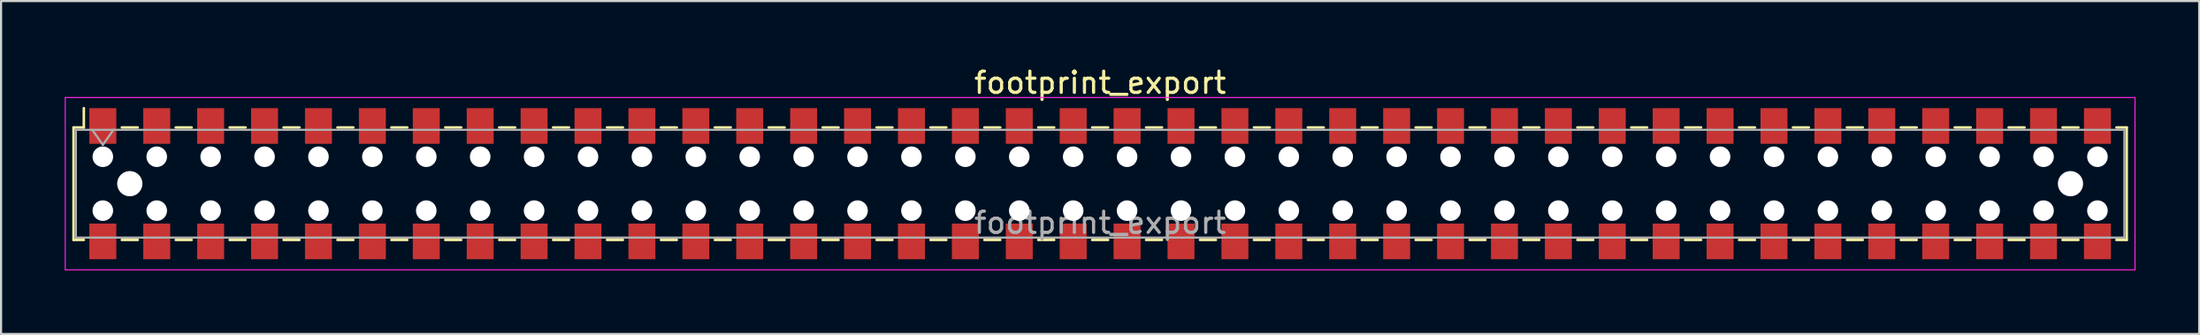
<source format=kicad_pcb>
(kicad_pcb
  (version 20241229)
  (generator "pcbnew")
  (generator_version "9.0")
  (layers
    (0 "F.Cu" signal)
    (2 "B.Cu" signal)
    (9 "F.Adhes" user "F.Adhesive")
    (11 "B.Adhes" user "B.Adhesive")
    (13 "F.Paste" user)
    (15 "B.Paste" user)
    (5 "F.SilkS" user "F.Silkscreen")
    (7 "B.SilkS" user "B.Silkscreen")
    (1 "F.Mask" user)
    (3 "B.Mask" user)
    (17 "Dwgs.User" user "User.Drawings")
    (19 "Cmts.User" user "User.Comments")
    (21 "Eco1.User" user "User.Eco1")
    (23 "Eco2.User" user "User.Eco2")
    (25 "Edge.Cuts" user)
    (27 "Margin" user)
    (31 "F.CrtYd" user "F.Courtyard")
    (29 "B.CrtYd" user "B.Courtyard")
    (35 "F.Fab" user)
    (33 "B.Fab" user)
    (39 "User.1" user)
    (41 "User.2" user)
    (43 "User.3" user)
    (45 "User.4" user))
  (footprint "footprint_export"
    (layer "F.Cu")
    (at 48.785 5.608)
    (property "Reference" "footprint_export" (at 0 -4.76 0) (layer "F.SilkS") (effects (font (size 1 1) (thickness 0.15))))
    (attr smd)
    (fp_line (start -48.37 -2.65) (end -48.37 2.65) (stroke (width 0.12) (type solid)) (layer "F.SilkS"))
    (fp_line (start -48.37 2.65) (end -47.885 2.65) (stroke (width 0.12) (type solid)) (layer "F.SilkS"))
    (fp_line (start -47.885 -3.56) (end -47.885 -2.65) (stroke (width 0.12) (type solid)) (layer "F.SilkS"))
    (fp_line (start -47.885 -2.65) (end -48.37 -2.65) (stroke (width 0.12) (type solid)) (layer "F.SilkS"))
    (fp_line (start -46.095 -2.65) (end -45.345 -2.65) (stroke (width 0.12) (type solid)) (layer "F.SilkS"))
    (fp_line (start -46.095 2.65) (end -45.345 2.65) (stroke (width 0.12) (type solid)) (layer "F.SilkS"))
    (fp_line (start -43.555 -2.65) (end -42.805 -2.65) (stroke (width 0.12) (type solid)) (layer "F.SilkS"))
    (fp_line (start -43.555 2.65) (end -42.805 2.65) (stroke (width 0.12) (type solid)) (layer "F.SilkS"))
    (fp_line (start -41.015 -2.65) (end -40.265 -2.65) (stroke (width 0.12) (type solid)) (layer "F.SilkS"))
    (fp_line (start -41.015 2.65) (end -40.265 2.65) (stroke (width 0.12) (type solid)) (layer "F.SilkS"))
    (fp_line (start -38.475 -2.65) (end -37.725 -2.65) (stroke (width 0.12) (type solid)) (layer "F.SilkS"))
    (fp_line (start -38.475 2.65) (end -37.725 2.65) (stroke (width 0.12) (type solid)) (layer "F.SilkS"))
    (fp_line (start -35.935 -2.65) (end -35.185 -2.65) (stroke (width 0.12) (type solid)) (layer "F.SilkS"))
    (fp_line (start -35.935 2.65) (end -35.185 2.65) (stroke (width 0.12) (type solid)) (layer "F.SilkS"))
    (fp_line (start -33.395 -2.65) (end -32.645 -2.65) (stroke (width 0.12) (type solid)) (layer "F.SilkS"))
    (fp_line (start -33.395 2.65) (end -32.645 2.65) (stroke (width 0.12) (type solid)) (layer "F.SilkS"))
    (fp_line (start -30.855 -2.65) (end -30.105 -2.65) (stroke (width 0.12) (type solid)) (layer "F.SilkS"))
    (fp_line (start -30.855 2.65) (end -30.105 2.65) (stroke (width 0.12) (type solid)) (layer "F.SilkS"))
    (fp_line (start -28.315 -2.65) (end -27.565 -2.65) (stroke (width 0.12) (type solid)) (layer "F.SilkS"))
    (fp_line (start -28.315 2.65) (end -27.565 2.65) (stroke (width 0.12) (type solid)) (layer "F.SilkS"))
    (fp_line (start -25.775 -2.65) (end -25.025 -2.65) (stroke (width 0.12) (type solid)) (layer "F.SilkS"))
    (fp_line (start -25.775 2.65) (end -25.025 2.65) (stroke (width 0.12) (type solid)) (layer "F.SilkS"))
    (fp_line (start -23.235 -2.65) (end -22.485 -2.65) (stroke (width 0.12) (type solid)) (layer "F.SilkS"))
    (fp_line (start -23.235 2.65) (end -22.485 2.65) (stroke (width 0.12) (type solid)) (layer "F.SilkS"))
    (fp_line (start -20.695 -2.65) (end -19.945 -2.65) (stroke (width 0.12) (type solid)) (layer "F.SilkS"))
    (fp_line (start -20.695 2.65) (end -19.945 2.65) (stroke (width 0.12) (type solid)) (layer "F.SilkS"))
    (fp_line (start -18.155 -2.65) (end -17.405 -2.65) (stroke (width 0.12) (type solid)) (layer "F.SilkS"))
    (fp_line (start -18.155 2.65) (end -17.405 2.65) (stroke (width 0.12) (type solid)) (layer "F.SilkS"))
    (fp_line (start -15.615 -2.65) (end -14.865 -2.65) (stroke (width 0.12) (type solid)) (layer "F.SilkS"))
    (fp_line (start -15.615 2.65) (end -14.865 2.65) (stroke (width 0.12) (type solid)) (layer "F.SilkS"))
    (fp_line (start -13.075 -2.65) (end -12.325 -2.65) (stroke (width 0.12) (type solid)) (layer "F.SilkS"))
    (fp_line (start -13.075 2.65) (end -12.325 2.65) (stroke (width 0.12) (type solid)) (layer "F.SilkS"))
    (fp_line (start -10.535 -2.65) (end -9.785 -2.65) (stroke (width 0.12) (type solid)) (layer "F.SilkS"))
    (fp_line (start -10.535 2.65) (end -9.785 2.65) (stroke (width 0.12) (type solid)) (layer "F.SilkS"))
    (fp_line (start -7.995 -2.65) (end -7.245 -2.65) (stroke (width 0.12) (type solid)) (layer "F.SilkS"))
    (fp_line (start -7.995 2.65) (end -7.245 2.65) (stroke (width 0.12) (type solid)) (layer "F.SilkS"))
    (fp_line (start -5.455 -2.65) (end -4.705 -2.65) (stroke (width 0.12) (type solid)) (layer "F.SilkS"))
    (fp_line (start -5.455 2.65) (end -4.705 2.65) (stroke (width 0.12) (type solid)) (layer "F.SilkS"))
    (fp_line (start -2.915 -2.65) (end -2.165 -2.65) (stroke (width 0.12) (type solid)) (layer "F.SilkS"))
    (fp_line (start -2.915 2.65) (end -2.165 2.65) (stroke (width 0.12) (type solid)) (layer "F.SilkS"))
    (fp_line (start -0.375 -2.65) (end 0.375 -2.65) (stroke (width 0.12) (type solid)) (layer "F.SilkS"))
    (fp_line (start -0.375 2.65) (end 0.375 2.65) (stroke (width 0.12) (type solid)) (layer "F.SilkS"))
    (fp_line (start 2.165 -2.65) (end 2.915 -2.65) (stroke (width 0.12) (type solid)) (layer "F.SilkS"))
    (fp_line (start 2.165 2.65) (end 2.915 2.65) (stroke (width 0.12) (type solid)) (layer "F.SilkS"))
    (fp_line (start 4.705 -2.65) (end 5.455 -2.65) (stroke (width 0.12) (type solid)) (layer "F.SilkS"))
    (fp_line (start 4.705 2.65) (end 5.455 2.65) (stroke (width 0.12) (type solid)) (layer "F.SilkS"))
    (fp_line (start 7.245 -2.65) (end 7.995 -2.65) (stroke (width 0.12) (type solid)) (layer "F.SilkS"))
    (fp_line (start 7.245 2.65) (end 7.995 2.65) (stroke (width 0.12) (type solid)) (layer "F.SilkS"))
    (fp_line (start 9.785 -2.65) (end 10.535 -2.65) (stroke (width 0.12) (type solid)) (layer "F.SilkS"))
    (fp_line (start 9.785 2.65) (end 10.535 2.65) (stroke (width 0.12) (type solid)) (layer "F.SilkS"))
    (fp_line (start 12.325 -2.65) (end 13.075 -2.65) (stroke (width 0.12) (type solid)) (layer "F.SilkS"))
    (fp_line (start 12.325 2.65) (end 13.075 2.65) (stroke (width 0.12) (type solid)) (layer "F.SilkS"))
    (fp_line (start 14.865 -2.65) (end 15.615 -2.65) (stroke (width 0.12) (type solid)) (layer "F.SilkS"))
    (fp_line (start 14.865 2.65) (end 15.615 2.65) (stroke (width 0.12) (type solid)) (layer "F.SilkS"))
    (fp_line (start 17.405 -2.65) (end 18.155 -2.65) (stroke (width 0.12) (type solid)) (layer "F.SilkS"))
    (fp_line (start 17.405 2.65) (end 18.155 2.65) (stroke (width 0.12) (type solid)) (layer "F.SilkS"))
    (fp_line (start 19.945 -2.65) (end 20.695 -2.65) (stroke (width 0.12) (type solid)) (layer "F.SilkS"))
    (fp_line (start 19.945 2.65) (end 20.695 2.65) (stroke (width 0.12) (type solid)) (layer "F.SilkS"))
    (fp_line (start 22.485 -2.65) (end 23.235 -2.65) (stroke (width 0.12) (type solid)) (layer "F.SilkS"))
    (fp_line (start 22.485 2.65) (end 23.235 2.65) (stroke (width 0.12) (type solid)) (layer "F.SilkS"))
    (fp_line (start 25.025 -2.65) (end 25.775 -2.65) (stroke (width 0.12) (type solid)) (layer "F.SilkS"))
    (fp_line (start 25.025 2.65) (end 25.775 2.65) (stroke (width 0.12) (type solid)) (layer "F.SilkS"))
    (fp_line (start 27.565 -2.65) (end 28.315 -2.65) (stroke (width 0.12) (type solid)) (layer "F.SilkS"))
    (fp_line (start 27.565 2.65) (end 28.315 2.65) (stroke (width 0.12) (type solid)) (layer "F.SilkS"))
    (fp_line (start 30.105 -2.65) (end 30.855 -2.65) (stroke (width 0.12) (type solid)) (layer "F.SilkS"))
    (fp_line (start 30.105 2.65) (end 30.855 2.65) (stroke (width 0.12) (type solid)) (layer "F.SilkS"))
    (fp_line (start 32.645 -2.65) (end 33.395 -2.65) (stroke (width 0.12) (type solid)) (layer "F.SilkS"))
    (fp_line (start 32.645 2.65) (end 33.395 2.65) (stroke (width 0.12) (type solid)) (layer "F.SilkS"))
    (fp_line (start 35.185 -2.65) (end 35.935 -2.65) (stroke (width 0.12) (type solid)) (layer "F.SilkS"))
    (fp_line (start 35.185 2.65) (end 35.935 2.65) (stroke (width 0.12) (type solid)) (layer "F.SilkS"))
    (fp_line (start 37.725 -2.65) (end 38.475 -2.65) (stroke (width 0.12) (type solid)) (layer "F.SilkS"))
    (fp_line (start 37.725 2.65) (end 38.475 2.65) (stroke (width 0.12) (type solid)) (layer "F.SilkS"))
    (fp_line (start 40.265 -2.65) (end 41.015 -2.65) (stroke (width 0.12) (type solid)) (layer "F.SilkS"))
    (fp_line (start 40.265 2.65) (end 41.015 2.65) (stroke (width 0.12) (type solid)) (layer "F.SilkS"))
    (fp_line (start 42.805 -2.65) (end 43.555 -2.65) (stroke (width 0.12) (type solid)) (layer "F.SilkS"))
    (fp_line (start 42.805 2.65) (end 43.555 2.65) (stroke (width 0.12) (type solid)) (layer "F.SilkS"))
    (fp_line (start 45.345 -2.65) (end 46.095 -2.65) (stroke (width 0.12) (type solid)) (layer "F.SilkS"))
    (fp_line (start 45.345 2.65) (end 46.095 2.65) (stroke (width 0.12) (type solid)) (layer "F.SilkS"))
    (fp_line (start 47.885 -2.65) (end 48.37 -2.65) (stroke (width 0.12) (type solid)) (layer "F.SilkS"))
    (fp_line (start 48.37 -2.65) (end 48.37 2.65) (stroke (width 0.12) (type solid)) (layer "F.SilkS"))
    (fp_line (start 48.37 2.65) (end 47.885 2.65) (stroke (width 0.12) (type solid)) (layer "F.SilkS"))
    (fp_line (start -48.76 -4.06) (end 48.76 -4.06) (stroke (width 0.05) (type solid)) (layer "F.CrtYd"))
    (fp_line (start -48.76 4.06) (end -48.76 -4.06) (stroke (width 0.05) (type solid)) (layer "F.CrtYd"))
    (fp_line (start 48.76 -4.06) (end 48.76 4.06) (stroke (width 0.05) (type solid)) (layer "F.CrtYd"))
    (fp_line (start 48.76 4.06) (end -48.76 4.06) (stroke (width 0.05) (type solid)) (layer "F.CrtYd"))
    (fp_line (start -48.26 -2.54) (end 48.26 -2.54) (stroke (width 0.1) (type solid)) (layer "F.Fab"))
    (fp_line (start -48.26 2.54) (end -48.26 -2.54) (stroke (width 0.1) (type solid)) (layer "F.Fab"))
    (fp_line (start -47.49 -2.54) (end -46.99 -1.833) (stroke (width 0.1) (type solid)) (layer "F.Fab"))
    (fp_line (start -46.99 -1.833) (end -46.49 -2.54) (stroke (width 0.1) (type solid)) (layer "F.Fab"))
    (fp_line (start 48.26 -2.54) (end 48.26 2.54) (stroke (width 0.1) (type solid)) (layer "F.Fab"))
    (fp_line (start 48.26 2.54) (end -48.26 2.54) (stroke (width 0.1) (type solid)) (layer "F.Fab"))
    (fp_text user "${REFERENCE}" (at 0 1.84 0) (layer "F.Fab") (effects (font (size 1 1) (thickness 0.15))))
    (pad "" np_thru_hole circle (at -46.99 -1.27) (size 0.97 0.97) (drill 0.97) (layers "*.Cu" "*.Mask"))
    (pad "" np_thru_hole circle (at -46.99 1.27) (size 0.97 0.97) (drill 0.97) (layers "*.Cu" "*.Mask"))
    (pad "" np_thru_hole circle (at -45.72 0) (size 1.19 1.19) (drill 1.19) (layers "*.Cu" "*.Mask"))
    (pad "" np_thru_hole circle (at -44.45 -1.27) (size 0.97 0.97) (drill 0.97) (layers "*.Cu" "*.Mask"))
    (pad "" np_thru_hole circle (at -44.45 1.27) (size 0.97 0.97) (drill 0.97) (layers "*.Cu" "*.Mask"))
    (pad "" np_thru_hole circle (at -41.91 -1.27) (size 0.97 0.97) (drill 0.97) (layers "*.Cu" "*.Mask"))
    (pad "" np_thru_hole circle (at -41.91 1.27) (size 0.97 0.97) (drill 0.97) (layers "*.Cu" "*.Mask"))
    (pad "" np_thru_hole circle (at -39.37 -1.27) (size 0.97 0.97) (drill 0.97) (layers "*.Cu" "*.Mask"))
    (pad "" np_thru_hole circle (at -39.37 1.27) (size 0.97 0.97) (drill 0.97) (layers "*.Cu" "*.Mask"))
    (pad "" np_thru_hole circle (at -36.83 -1.27) (size 0.97 0.97) (drill 0.97) (layers "*.Cu" "*.Mask"))
    (pad "" np_thru_hole circle (at -36.83 1.27) (size 0.97 0.97) (drill 0.97) (layers "*.Cu" "*.Mask"))
    (pad "" np_thru_hole circle (at -34.29 -1.27) (size 0.97 0.97) (drill 0.97) (layers "*.Cu" "*.Mask"))
    (pad "" np_thru_hole circle (at -34.29 1.27) (size 0.97 0.97) (drill 0.97) (layers "*.Cu" "*.Mask"))
    (pad "" np_thru_hole circle (at -31.75 -1.27) (size 0.97 0.97) (drill 0.97) (layers "*.Cu" "*.Mask"))
    (pad "" np_thru_hole circle (at -31.75 1.27) (size 0.97 0.97) (drill 0.97) (layers "*.Cu" "*.Mask"))
    (pad "" np_thru_hole circle (at -29.21 -1.27) (size 0.97 0.97) (drill 0.97) (layers "*.Cu" "*.Mask"))
    (pad "" np_thru_hole circle (at -29.21 1.27) (size 0.97 0.97) (drill 0.97) (layers "*.Cu" "*.Mask"))
    (pad "" np_thru_hole circle (at -26.67 -1.27) (size 0.97 0.97) (drill 0.97) (layers "*.Cu" "*.Mask"))
    (pad "" np_thru_hole circle (at -26.67 1.27) (size 0.97 0.97) (drill 0.97) (layers "*.Cu" "*.Mask"))
    (pad "" np_thru_hole circle (at -24.13 -1.27) (size 0.97 0.97) (drill 0.97) (layers "*.Cu" "*.Mask"))
    (pad "" np_thru_hole circle (at -24.13 1.27) (size 0.97 0.97) (drill 0.97) (layers "*.Cu" "*.Mask"))
    (pad "" np_thru_hole circle (at -21.59 -1.27) (size 0.97 0.97) (drill 0.97) (layers "*.Cu" "*.Mask"))
    (pad "" np_thru_hole circle (at -21.59 1.27) (size 0.97 0.97) (drill 0.97) (layers "*.Cu" "*.Mask"))
    (pad "" np_thru_hole circle (at -19.05 -1.27) (size 0.97 0.97) (drill 0.97) (layers "*.Cu" "*.Mask"))
    (pad "" np_thru_hole circle (at -19.05 1.27) (size 0.97 0.97) (drill 0.97) (layers "*.Cu" "*.Mask"))
    (pad "" np_thru_hole circle (at -16.51 -1.27) (size 0.97 0.97) (drill 0.97) (layers "*.Cu" "*.Mask"))
    (pad "" np_thru_hole circle (at -16.51 1.27) (size 0.97 0.97) (drill 0.97) (layers "*.Cu" "*.Mask"))
    (pad "" np_thru_hole circle (at -13.97 -1.27) (size 0.97 0.97) (drill 0.97) (layers "*.Cu" "*.Mask"))
    (pad "" np_thru_hole circle (at -13.97 1.27) (size 0.97 0.97) (drill 0.97) (layers "*.Cu" "*.Mask"))
    (pad "" np_thru_hole circle (at -11.43 -1.27) (size 0.97 0.97) (drill 0.97) (layers "*.Cu" "*.Mask"))
    (pad "" np_thru_hole circle (at -11.43 1.27) (size 0.97 0.97) (drill 0.97) (layers "*.Cu" "*.Mask"))
    (pad "" np_thru_hole circle (at -8.89 -1.27) (size 0.97 0.97) (drill 0.97) (layers "*.Cu" "*.Mask"))
    (pad "" np_thru_hole circle (at -8.89 1.27) (size 0.97 0.97) (drill 0.97) (layers "*.Cu" "*.Mask"))
    (pad "" np_thru_hole circle (at -6.35 -1.27) (size 0.97 0.97) (drill 0.97) (layers "*.Cu" "*.Mask"))
    (pad "" np_thru_hole circle (at -6.35 1.27) (size 0.97 0.97) (drill 0.97) (layers "*.Cu" "*.Mask"))
    (pad "" np_thru_hole circle (at -3.81 -1.27) (size 0.97 0.97) (drill 0.97) (layers "*.Cu" "*.Mask"))
    (pad "" np_thru_hole circle (at -3.81 1.27) (size 0.97 0.97) (drill 0.97) (layers "*.Cu" "*.Mask"))
    (pad "" np_thru_hole circle (at -1.27 -1.27) (size 0.97 0.97) (drill 0.97) (layers "*.Cu" "*.Mask"))
    (pad "" np_thru_hole circle (at -1.27 1.27) (size 0.97 0.97) (drill 0.97) (layers "*.Cu" "*.Mask"))
    (pad "" np_thru_hole circle (at 1.27 -1.27) (size 0.97 0.97) (drill 0.97) (layers "*.Cu" "*.Mask"))
    (pad "" np_thru_hole circle (at 1.27 1.27) (size 0.97 0.97) (drill 0.97) (layers "*.Cu" "*.Mask"))
    (pad "" np_thru_hole circle (at 3.81 -1.27) (size 0.97 0.97) (drill 0.97) (layers "*.Cu" "*.Mask"))
    (pad "" np_thru_hole circle (at 3.81 1.27) (size 0.97 0.97) (drill 0.97) (layers "*.Cu" "*.Mask"))
    (pad "" np_thru_hole circle (at 6.35 -1.27) (size 0.97 0.97) (drill 0.97) (layers "*.Cu" "*.Mask"))
    (pad "" np_thru_hole circle (at 6.35 1.27) (size 0.97 0.97) (drill 0.97) (layers "*.Cu" "*.Mask"))
    (pad "" np_thru_hole circle (at 8.89 -1.27) (size 0.97 0.97) (drill 0.97) (layers "*.Cu" "*.Mask"))
    (pad "" np_thru_hole circle (at 8.89 1.27) (size 0.97 0.97) (drill 0.97) (layers "*.Cu" "*.Mask"))
    (pad "" np_thru_hole circle (at 11.43 -1.27) (size 0.97 0.97) (drill 0.97) (layers "*.Cu" "*.Mask"))
    (pad "" np_thru_hole circle (at 11.43 1.27) (size 0.97 0.97) (drill 0.97) (layers "*.Cu" "*.Mask"))
    (pad "" np_thru_hole circle (at 13.97 -1.27) (size 0.97 0.97) (drill 0.97) (layers "*.Cu" "*.Mask"))
    (pad "" np_thru_hole circle (at 13.97 1.27) (size 0.97 0.97) (drill 0.97) (layers "*.Cu" "*.Mask"))
    (pad "" np_thru_hole circle (at 16.51 -1.27) (size 0.97 0.97) (drill 0.97) (layers "*.Cu" "*.Mask"))
    (pad "" np_thru_hole circle (at 16.51 1.27) (size 0.97 0.97) (drill 0.97) (layers "*.Cu" "*.Mask"))
    (pad "" np_thru_hole circle (at 19.05 -1.27) (size 0.97 0.97) (drill 0.97) (layers "*.Cu" "*.Mask"))
    (pad "" np_thru_hole circle (at 19.05 1.27) (size 0.97 0.97) (drill 0.97) (layers "*.Cu" "*.Mask"))
    (pad "" np_thru_hole circle (at 21.59 -1.27) (size 0.97 0.97) (drill 0.97) (layers "*.Cu" "*.Mask"))
    (pad "" np_thru_hole circle (at 21.59 1.27) (size 0.97 0.97) (drill 0.97) (layers "*.Cu" "*.Mask"))
    (pad "" np_thru_hole circle (at 24.13 -1.27) (size 0.97 0.97) (drill 0.97) (layers "*.Cu" "*.Mask"))
    (pad "" np_thru_hole circle (at 24.13 1.27) (size 0.97 0.97) (drill 0.97) (layers "*.Cu" "*.Mask"))
    (pad "" np_thru_hole circle (at 26.67 -1.27) (size 0.97 0.97) (drill 0.97) (layers "*.Cu" "*.Mask"))
    (pad "" np_thru_hole circle (at 26.67 1.27) (size 0.97 0.97) (drill 0.97) (layers "*.Cu" "*.Mask"))
    (pad "" np_thru_hole circle (at 29.21 -1.27) (size 0.97 0.97) (drill 0.97) (layers "*.Cu" "*.Mask"))
    (pad "" np_thru_hole circle (at 29.21 1.27) (size 0.97 0.97) (drill 0.97) (layers "*.Cu" "*.Mask"))
    (pad "" np_thru_hole circle (at 31.75 -1.27) (size 0.97 0.97) (drill 0.97) (layers "*.Cu" "*.Mask"))
    (pad "" np_thru_hole circle (at 31.75 1.27) (size 0.97 0.97) (drill 0.97) (layers "*.Cu" "*.Mask"))
    (pad "" np_thru_hole circle (at 34.29 -1.27) (size 0.97 0.97) (drill 0.97) (layers "*.Cu" "*.Mask"))
    (pad "" np_thru_hole circle (at 34.29 1.27) (size 0.97 0.97) (drill 0.97) (layers "*.Cu" "*.Mask"))
    (pad "" np_thru_hole circle (at 36.83 -1.27) (size 0.97 0.97) (drill 0.97) (layers "*.Cu" "*.Mask"))
    (pad "" np_thru_hole circle (at 36.83 1.27) (size 0.97 0.97) (drill 0.97) (layers "*.Cu" "*.Mask"))
    (pad "" np_thru_hole circle (at 39.37 -1.27) (size 0.97 0.97) (drill 0.97) (layers "*.Cu" "*.Mask"))
    (pad "" np_thru_hole circle (at 39.37 1.27) (size 0.97 0.97) (drill 0.97) (layers "*.Cu" "*.Mask"))
    (pad "" np_thru_hole circle (at 41.91 -1.27) (size 0.97 0.97) (drill 0.97) (layers "*.Cu" "*.Mask"))
    (pad "" np_thru_hole circle (at 41.91 1.27) (size 0.97 0.97) (drill 0.97) (layers "*.Cu" "*.Mask"))
    (pad "" np_thru_hole circle (at 44.45 -1.27) (size 0.97 0.97) (drill 0.97) (layers "*.Cu" "*.Mask"))
    (pad "" np_thru_hole circle (at 44.45 1.27) (size 0.97 0.97) (drill 0.97) (layers "*.Cu" "*.Mask"))
    (pad "" np_thru_hole circle (at 45.72 0) (size 1.19 1.19) (drill 1.19) (layers "*.Cu" "*.Mask"))
    (pad "" np_thru_hole circle (at 46.99 -1.27) (size 0.97 0.97) (drill 0.97) (layers "*.Cu" "*.Mask"))
    (pad "" np_thru_hole circle (at 46.99 1.27) (size 0.97 0.97) (drill 0.97) (layers "*.Cu" "*.Mask"))
    (pad "1" smd rect (at -46.99 -2.72) (size 1.27 1.68) (layers "F.Cu" "F.Mask" "F.Paste"))
    (pad "2" smd rect (at -46.99 2.72) (size 1.27 1.68) (layers "F.Cu" "F.Mask" "F.Paste"))
    (pad "3" smd rect (at -44.45 -2.72) (size 1.27 1.68) (layers "F.Cu" "F.Mask" "F.Paste"))
    (pad "4" smd rect (at -44.45 2.72) (size 1.27 1.68) (layers "F.Cu" "F.Mask" "F.Paste"))
    (pad "5" smd rect (at -41.91 -2.72) (size 1.27 1.68) (layers "F.Cu" "F.Mask" "F.Paste"))
    (pad "6" smd rect (at -41.91 2.72) (size 1.27 1.68) (layers "F.Cu" "F.Mask" "F.Paste"))
    (pad "7" smd rect (at -39.37 -2.72) (size 1.27 1.68) (layers "F.Cu" "F.Mask" "F.Paste"))
    (pad "8" smd rect (at -39.37 2.72) (size 1.27 1.68) (layers "F.Cu" "F.Mask" "F.Paste"))
    (pad "9" smd rect (at -36.83 -2.72) (size 1.27 1.68) (layers "F.Cu" "F.Mask" "F.Paste"))
    (pad "10" smd rect (at -36.83 2.72) (size 1.27 1.68) (layers "F.Cu" "F.Mask" "F.Paste"))
    (pad "11" smd rect (at -34.29 -2.72) (size 1.27 1.68) (layers "F.Cu" "F.Mask" "F.Paste"))
    (pad "12" smd rect (at -34.29 2.72) (size 1.27 1.68) (layers "F.Cu" "F.Mask" "F.Paste"))
    (pad "13" smd rect (at -31.75 -2.72) (size 1.27 1.68) (layers "F.Cu" "F.Mask" "F.Paste"))
    (pad "14" smd rect (at -31.75 2.72) (size 1.27 1.68) (layers "F.Cu" "F.Mask" "F.Paste"))
    (pad "15" smd rect (at -29.21 -2.72) (size 1.27 1.68) (layers "F.Cu" "F.Mask" "F.Paste"))
    (pad "16" smd rect (at -29.21 2.72) (size 1.27 1.68) (layers "F.Cu" "F.Mask" "F.Paste"))
    (pad "17" smd rect (at -26.67 -2.72) (size 1.27 1.68) (layers "F.Cu" "F.Mask" "F.Paste"))
    (pad "18" smd rect (at -26.67 2.72) (size 1.27 1.68) (layers "F.Cu" "F.Mask" "F.Paste"))
    (pad "19" smd rect (at -24.13 -2.72) (size 1.27 1.68) (layers "F.Cu" "F.Mask" "F.Paste"))
    (pad "20" smd rect (at -24.13 2.72) (size 1.27 1.68) (layers "F.Cu" "F.Mask" "F.Paste"))
    (pad "21" smd rect (at -21.59 -2.72) (size 1.27 1.68) (layers "F.Cu" "F.Mask" "F.Paste"))
    (pad "22" smd rect (at -21.59 2.72) (size 1.27 1.68) (layers "F.Cu" "F.Mask" "F.Paste"))
    (pad "23" smd rect (at -19.05 -2.72) (size 1.27 1.68) (layers "F.Cu" "F.Mask" "F.Paste"))
    (pad "24" smd rect (at -19.05 2.72) (size 1.27 1.68) (layers "F.Cu" "F.Mask" "F.Paste"))
    (pad "25" smd rect (at -16.51 -2.72) (size 1.27 1.68) (layers "F.Cu" "F.Mask" "F.Paste"))
    (pad "26" smd rect (at -16.51 2.72) (size 1.27 1.68) (layers "F.Cu" "F.Mask" "F.Paste"))
    (pad "27" smd rect (at -13.97 -2.72) (size 1.27 1.68) (layers "F.Cu" "F.Mask" "F.Paste"))
    (pad "28" smd rect (at -13.97 2.72) (size 1.27 1.68) (layers "F.Cu" "F.Mask" "F.Paste"))
    (pad "29" smd rect (at -11.43 -2.72) (size 1.27 1.68) (layers "F.Cu" "F.Mask" "F.Paste"))
    (pad "30" smd rect (at -11.43 2.72) (size 1.27 1.68) (layers "F.Cu" "F.Mask" "F.Paste"))
    (pad "31" smd rect (at -8.89 -2.72) (size 1.27 1.68) (layers "F.Cu" "F.Mask" "F.Paste"))
    (pad "32" smd rect (at -8.89 2.72) (size 1.27 1.68) (layers "F.Cu" "F.Mask" "F.Paste"))
    (pad "33" smd rect (at -6.35 -2.72) (size 1.27 1.68) (layers "F.Cu" "F.Mask" "F.Paste"))
    (pad "34" smd rect (at -6.35 2.72) (size 1.27 1.68) (layers "F.Cu" "F.Mask" "F.Paste"))
    (pad "35" smd rect (at -3.81 -2.72) (size 1.27 1.68) (layers "F.Cu" "F.Mask" "F.Paste"))
    (pad "36" smd rect (at -3.81 2.72) (size 1.27 1.68) (layers "F.Cu" "F.Mask" "F.Paste"))
    (pad "37" smd rect (at -1.27 -2.72) (size 1.27 1.68) (layers "F.Cu" "F.Mask" "F.Paste"))
    (pad "38" smd rect (at -1.27 2.72) (size 1.27 1.68) (layers "F.Cu" "F.Mask" "F.Paste"))
    (pad "39" smd rect (at 1.27 -2.72) (size 1.27 1.68) (layers "F.Cu" "F.Mask" "F.Paste"))
    (pad "40" smd rect (at 1.27 2.72) (size 1.27 1.68) (layers "F.Cu" "F.Mask" "F.Paste"))
    (pad "41" smd rect (at 3.81 -2.72) (size 1.27 1.68) (layers "F.Cu" "F.Mask" "F.Paste"))
    (pad "42" smd rect (at 3.81 2.72) (size 1.27 1.68) (layers "F.Cu" "F.Mask" "F.Paste"))
    (pad "43" smd rect (at 6.35 -2.72) (size 1.27 1.68) (layers "F.Cu" "F.Mask" "F.Paste"))
    (pad "44" smd rect (at 6.35 2.72) (size 1.27 1.68) (layers "F.Cu" "F.Mask" "F.Paste"))
    (pad "45" smd rect (at 8.89 -2.72) (size 1.27 1.68) (layers "F.Cu" "F.Mask" "F.Paste"))
    (pad "46" smd rect (at 8.89 2.72) (size 1.27 1.68) (layers "F.Cu" "F.Mask" "F.Paste"))
    (pad "47" smd rect (at 11.43 -2.72) (size 1.27 1.68) (layers "F.Cu" "F.Mask" "F.Paste"))
    (pad "48" smd rect (at 11.43 2.72) (size 1.27 1.68) (layers "F.Cu" "F.Mask" "F.Paste"))
    (pad "49" smd rect (at 13.97 -2.72) (size 1.27 1.68) (layers "F.Cu" "F.Mask" "F.Paste"))
    (pad "50" smd rect (at 13.97 2.72) (size 1.27 1.68) (layers "F.Cu" "F.Mask" "F.Paste"))
    (pad "51" smd rect (at 16.51 -2.72) (size 1.27 1.68) (layers "F.Cu" "F.Mask" "F.Paste"))
    (pad "52" smd rect (at 16.51 2.72) (size 1.27 1.68) (layers "F.Cu" "F.Mask" "F.Paste"))
    (pad "53" smd rect (at 19.05 -2.72) (size 1.27 1.68) (layers "F.Cu" "F.Mask" "F.Paste"))
    (pad "54" smd rect (at 19.05 2.72) (size 1.27 1.68) (layers "F.Cu" "F.Mask" "F.Paste"))
    (pad "55" smd rect (at 21.59 -2.72) (size 1.27 1.68) (layers "F.Cu" "F.Mask" "F.Paste"))
    (pad "56" smd rect (at 21.59 2.72) (size 1.27 1.68) (layers "F.Cu" "F.Mask" "F.Paste"))
    (pad "57" smd rect (at 24.13 -2.72) (size 1.27 1.68) (layers "F.Cu" "F.Mask" "F.Paste"))
    (pad "58" smd rect (at 24.13 2.72) (size 1.27 1.68) (layers "F.Cu" "F.Mask" "F.Paste"))
    (pad "59" smd rect (at 26.67 -2.72) (size 1.27 1.68) (layers "F.Cu" "F.Mask" "F.Paste"))
    (pad "60" smd rect (at 26.67 2.72) (size 1.27 1.68) (layers "F.Cu" "F.Mask" "F.Paste"))
    (pad "61" smd rect (at 29.21 -2.72) (size 1.27 1.68) (layers "F.Cu" "F.Mask" "F.Paste"))
    (pad "62" smd rect (at 29.21 2.72) (size 1.27 1.68) (layers "F.Cu" "F.Mask" "F.Paste"))
    (pad "63" smd rect (at 31.75 -2.72) (size 1.27 1.68) (layers "F.Cu" "F.Mask" "F.Paste"))
    (pad "64" smd rect (at 31.75 2.72) (size 1.27 1.68) (layers "F.Cu" "F.Mask" "F.Paste"))
    (pad "65" smd rect (at 34.29 -2.72) (size 1.27 1.68) (layers "F.Cu" "F.Mask" "F.Paste"))
    (pad "66" smd rect (at 34.29 2.72) (size 1.27 1.68) (layers "F.Cu" "F.Mask" "F.Paste"))
    (pad "67" smd rect (at 36.83 -2.72) (size 1.27 1.68) (layers "F.Cu" "F.Mask" "F.Paste"))
    (pad "68" smd rect (at 36.83 2.72) (size 1.27 1.68) (layers "F.Cu" "F.Mask" "F.Paste"))
    (pad "69" smd rect (at 39.37 -2.72) (size 1.27 1.68) (layers "F.Cu" "F.Mask" "F.Paste"))
    (pad "70" smd rect (at 39.37 2.72) (size 1.27 1.68) (layers "F.Cu" "F.Mask" "F.Paste"))
    (pad "71" smd rect (at 41.91 -2.72) (size 1.27 1.68) (layers "F.Cu" "F.Mask" "F.Paste"))
    (pad "72" smd rect (at 41.91 2.72) (size 1.27 1.68) (layers "F.Cu" "F.Mask" "F.Paste"))
    (pad "73" smd rect (at 44.45 -2.72) (size 1.27 1.68) (layers "F.Cu" "F.Mask" "F.Paste"))
    (pad "74" smd rect (at 44.45 2.72) (size 1.27 1.68) (layers "F.Cu" "F.Mask" "F.Paste"))
    (pad "75" smd rect (at 46.99 -2.72) (size 1.27 1.68) (layers "F.Cu" "F.Mask" "F.Paste"))
    (pad "76" smd rect (at 46.99 2.72) (size 1.27 1.68) (layers "F.Cu" "F.Mask" "F.Paste")))
  (gr_rect
    (start -3 -3)
    (end 100.57 12.693)
    (stroke (width 0.1) (type default))
    (fill no)
    (layer "Edge.Cuts")))
</source>
